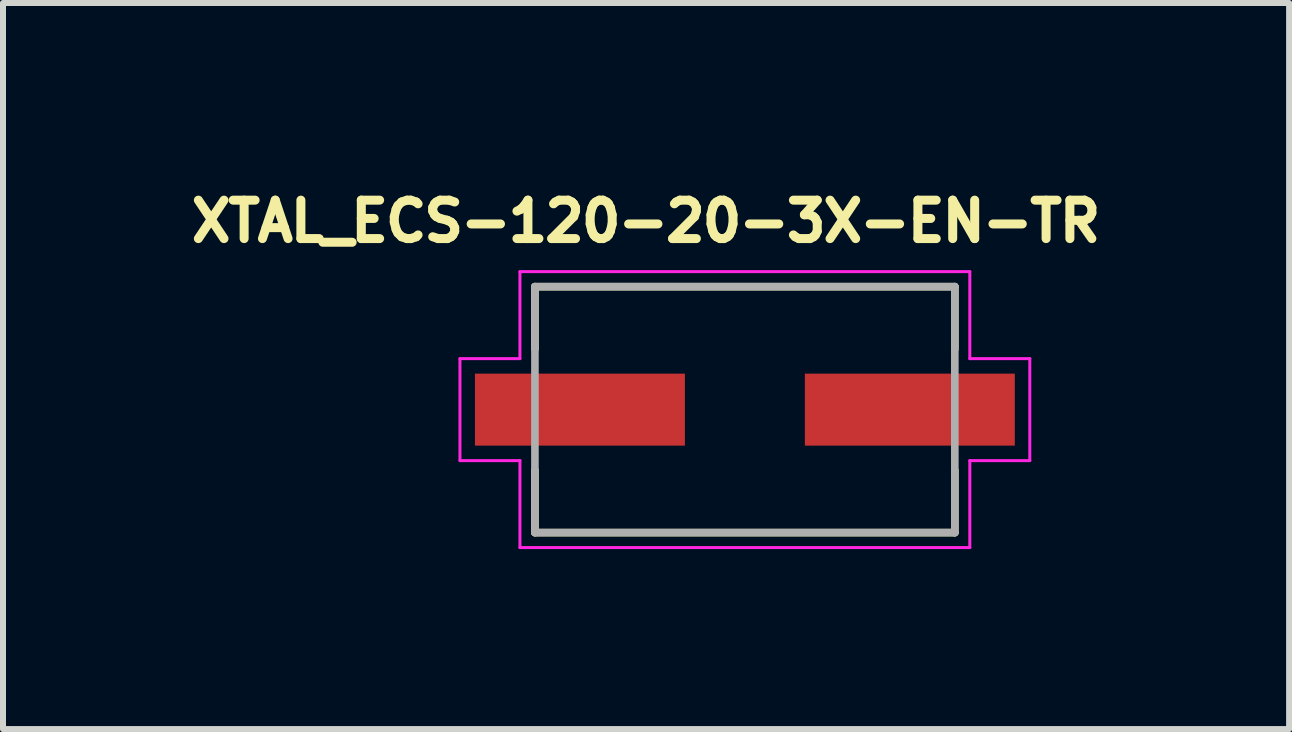
<source format=kicad_pcb>
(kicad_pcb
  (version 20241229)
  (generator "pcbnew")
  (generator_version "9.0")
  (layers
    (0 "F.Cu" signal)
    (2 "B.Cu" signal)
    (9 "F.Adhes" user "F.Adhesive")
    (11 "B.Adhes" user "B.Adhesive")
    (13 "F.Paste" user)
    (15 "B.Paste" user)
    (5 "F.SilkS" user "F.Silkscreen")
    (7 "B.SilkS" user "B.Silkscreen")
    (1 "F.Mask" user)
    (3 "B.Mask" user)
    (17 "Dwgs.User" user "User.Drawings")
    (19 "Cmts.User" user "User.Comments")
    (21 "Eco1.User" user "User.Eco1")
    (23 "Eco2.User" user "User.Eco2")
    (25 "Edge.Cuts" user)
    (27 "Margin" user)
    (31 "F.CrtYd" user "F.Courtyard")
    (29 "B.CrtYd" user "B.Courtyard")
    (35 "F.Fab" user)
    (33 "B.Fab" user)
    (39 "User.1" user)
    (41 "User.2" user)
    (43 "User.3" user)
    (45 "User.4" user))
  (footprint "XTAL_ECS-120-20-3X-EN-TR"
    (layer "F.Cu")
    (at 9.368 3.779)
    (property "Reference" "XTAL_ECS-120-20-3X-EN-TR" (at -1.648 -3.14 0) (layer "F.SilkS") (effects (font (size 0.641 0.641) (thickness 0.15))))
    (attr through_hole)
    (fp_line (start -3.5 -2.05) (end 3.5 -2.05) (stroke (width 0.127) (type solid)) (layer "F.SilkS"))
    (fp_line (start -3.5 -1.01) (end -3.5 -2.05) (stroke (width 0.127) (type solid)) (layer "F.SilkS"))
    (fp_line (start -3.5 2.05) (end -3.5 1.01) (stroke (width 0.127) (type solid)) (layer "F.SilkS"))
    (fp_line (start 3.5 -2.05) (end 3.5 -1.01) (stroke (width 0.127) (type solid)) (layer "F.SilkS"))
    (fp_line (start 3.5 1.01) (end 3.5 2.05) (stroke (width 0.127) (type solid)) (layer "F.SilkS"))
    (fp_line (start 3.5 2.05) (end -3.5 2.05) (stroke (width 0.127) (type solid)) (layer "F.SilkS"))
    (fp_line (start -4.75 -0.85) (end -4.75 0.85) (stroke (width 0.05) (type solid)) (layer "F.CrtYd"))
    (fp_line (start -4.75 0.85) (end -3.75 0.85) (stroke (width 0.05) (type solid)) (layer "F.CrtYd"))
    (fp_line (start -3.75 -2.3) (end -3.75 -0.85) (stroke (width 0.05) (type solid)) (layer "F.CrtYd"))
    (fp_line (start -3.75 -0.85) (end -4.75 -0.85) (stroke (width 0.05) (type solid)) (layer "F.CrtYd"))
    (fp_line (start -3.75 0.85) (end -3.75 2.3) (stroke (width 0.05) (type solid)) (layer "F.CrtYd"))
    (fp_line (start -3.75 2.3) (end 3.75 2.3) (stroke (width 0.05) (type solid)) (layer "F.CrtYd"))
    (fp_line (start 3.75 -2.3) (end -3.75 -2.3) (stroke (width 0.05) (type solid)) (layer "F.CrtYd"))
    (fp_line (start 3.75 -0.85) (end 3.75 -2.3) (stroke (width 0.05) (type solid)) (layer "F.CrtYd"))
    (fp_line (start 3.75 0.85) (end 4.75 0.85) (stroke (width 0.05) (type solid)) (layer "F.CrtYd"))
    (fp_line (start 3.75 2.3) (end 3.75 0.85) (stroke (width 0.05) (type solid)) (layer "F.CrtYd"))
    (fp_line (start 4.75 -0.85) (end 3.75 -0.85) (stroke (width 0.05) (type solid)) (layer "F.CrtYd"))
    (fp_line (start 4.75 0.85) (end 4.75 -0.85) (stroke (width 0.05) (type solid)) (layer "F.CrtYd"))
    (fp_line (start -3.5 -2.05) (end -3.5 2.05) (stroke (width 0.127) (type solid)) (layer "F.Fab"))
    (fp_line (start -3.5 2.05) (end 3.5 2.05) (stroke (width 0.127) (type solid)) (layer "F.Fab"))
    (fp_line (start 3.5 -2.05) (end -3.5 -2.05) (stroke (width 0.127) (type solid)) (layer "F.Fab"))
    (fp_line (start 3.5 2.05) (end 3.5 -2.05) (stroke (width 0.127) (type solid)) (layer "F.Fab"))
    (pad "1" smd rect (at -2.75 0) (size 3.5 1.2) (layers "F.Cu" "F.Mask" "F.Paste"))
    (pad "2" smd rect (at 2.75 0) (size 3.5 1.2) (layers "F.Cu" "F.Mask" "F.Paste")))
  (gr_rect
    (start -3 -3)
    (end 18.441 9.104)
    (stroke (width 0.1) (type default))
    (fill no)
    (layer "Edge.Cuts")))
</source>
